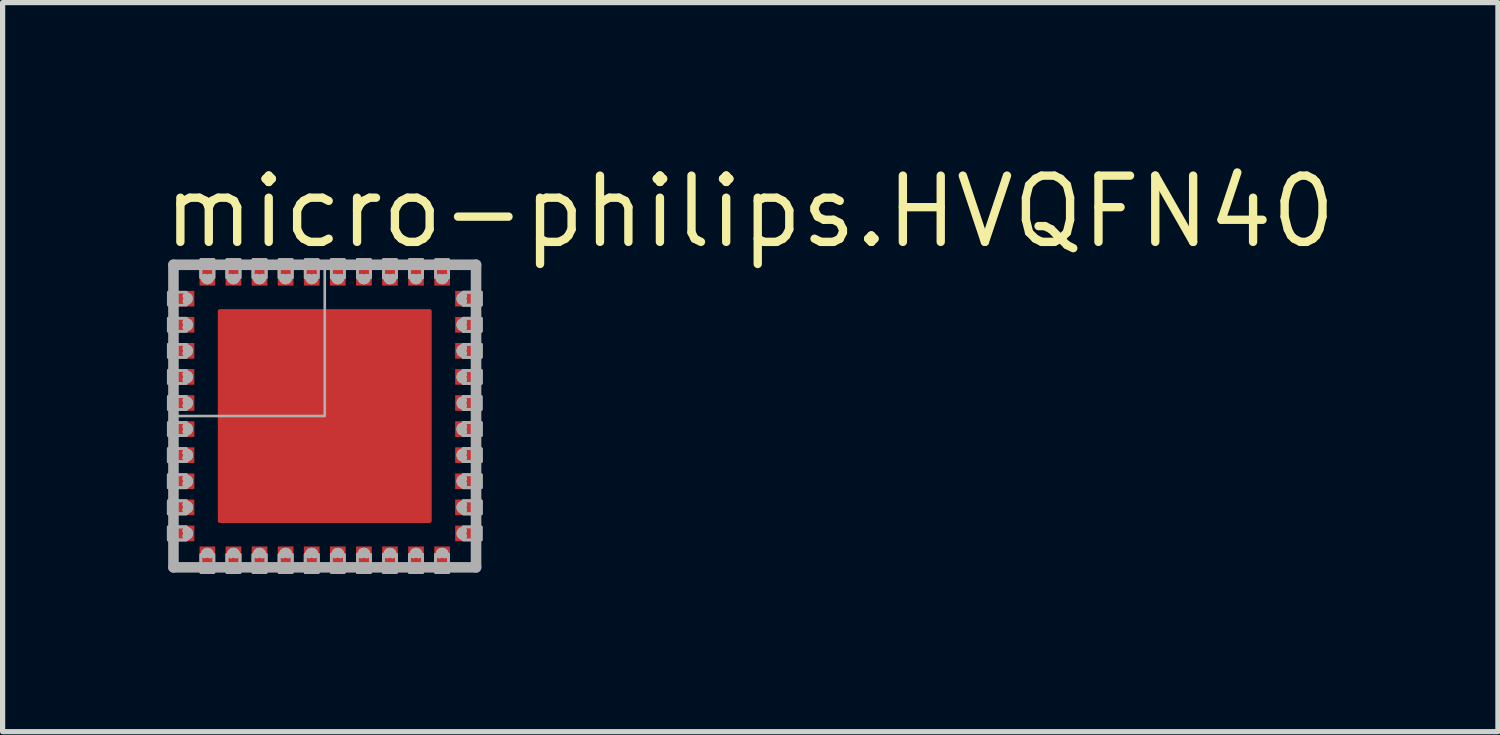
<source format=kicad_pcb>
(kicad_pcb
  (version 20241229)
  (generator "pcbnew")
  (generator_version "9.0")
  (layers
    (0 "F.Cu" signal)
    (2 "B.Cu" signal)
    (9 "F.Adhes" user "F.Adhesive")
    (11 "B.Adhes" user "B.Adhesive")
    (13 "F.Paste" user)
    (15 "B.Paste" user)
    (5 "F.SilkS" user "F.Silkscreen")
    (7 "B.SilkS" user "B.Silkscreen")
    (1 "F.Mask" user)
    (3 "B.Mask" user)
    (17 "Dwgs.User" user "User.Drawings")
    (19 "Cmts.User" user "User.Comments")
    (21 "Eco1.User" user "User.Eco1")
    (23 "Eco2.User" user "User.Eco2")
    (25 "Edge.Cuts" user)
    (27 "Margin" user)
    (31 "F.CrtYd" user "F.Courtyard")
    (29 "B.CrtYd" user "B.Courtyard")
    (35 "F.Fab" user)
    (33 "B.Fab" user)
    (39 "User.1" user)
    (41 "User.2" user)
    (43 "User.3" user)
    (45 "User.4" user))
  (footprint "micro-philips.HVQFN40"
    (layer "F.Cu")
    (at 3.175 4.925)
    (property "Reference" "micro-philips.HVQFN40" (at -3.175 -3.175 0) (layer "F.SilkS") (effects (font (size 1.27 1.27) (thickness 0.16)) (justify left bottom)))
    (attr smd)
    (fp_rect (start -3.025 -2.075) (end -2.65 -2.425) (stroke (width 0.05) (type default)) (fill yes) (layer "F.Mask"))
    (fp_rect (start -3.025 -1.575) (end -2.65 -1.925) (stroke (width 0.05) (type default)) (fill yes) (layer "F.Mask"))
    (fp_rect (start -3.025 -1.075) (end -2.65 -1.425) (stroke (width 0.05) (type default)) (fill yes) (layer "F.Mask"))
    (fp_rect (start -3.025 -0.575) (end -2.65 -0.925) (stroke (width 0.05) (type default)) (fill yes) (layer "F.Mask"))
    (fp_rect (start -3.025 -0.075) (end -2.65 -0.425) (stroke (width 0.05) (type default)) (fill yes) (layer "F.Mask"))
    (fp_rect (start -3.025 0.425) (end -2.65 0.075) (stroke (width 0.05) (type default)) (fill yes) (layer "F.Mask"))
    (fp_rect (start -3.025 0.925) (end -2.65 0.575) (stroke (width 0.05) (type default)) (fill yes) (layer "F.Mask"))
    (fp_rect (start -3.025 1.425) (end -2.65 1.075) (stroke (width 0.05) (type default)) (fill yes) (layer "F.Mask"))
    (fp_rect (start -3.025 1.925) (end -2.65 1.575) (stroke (width 0.05) (type default)) (fill yes) (layer "F.Mask"))
    (fp_rect (start -3.025 2.425) (end -2.65 2.075) (stroke (width 0.05) (type default)) (fill yes) (layer "F.Mask"))
    (fp_rect (start -2.425 -2.65) (end -2.075 -3.025) (stroke (width 0.05) (type default)) (fill yes) (layer "F.Mask"))
    (fp_rect (start -2.425 3.025) (end -2.075 2.65) (stroke (width 0.05) (type default)) (fill yes) (layer "F.Mask"))
    (fp_rect (start -1.925 -2.65) (end -1.575 -3.025) (stroke (width 0.05) (type default)) (fill yes) (layer "F.Mask"))
    (fp_rect (start -1.925 3.025) (end -1.575 2.65) (stroke (width 0.05) (type default)) (fill yes) (layer "F.Mask"))
    (fp_rect (start -1.425 -2.65) (end -1.075 -3.025) (stroke (width 0.05) (type default)) (fill yes) (layer "F.Mask"))
    (fp_rect (start -1.425 3.025) (end -1.075 2.65) (stroke (width 0.05) (type default)) (fill yes) (layer "F.Mask"))
    (fp_rect (start -0.925 -2.65) (end -0.575 -3.025) (stroke (width 0.05) (type default)) (fill yes) (layer "F.Mask"))
    (fp_rect (start -0.925 3.025) (end -0.575 2.65) (stroke (width 0.05) (type default)) (fill yes) (layer "F.Mask"))
    (fp_rect (start -0.425 -2.65) (end -0.075 -3.025) (stroke (width 0.05) (type default)) (fill yes) (layer "F.Mask"))
    (fp_rect (start -0.425 3.025) (end -0.075 2.65) (stroke (width 0.05) (type default)) (fill yes) (layer "F.Mask"))
    (fp_rect (start 0.075 -2.65) (end 0.425 -3.025) (stroke (width 0.05) (type default)) (fill yes) (layer "F.Mask"))
    (fp_rect (start 0.075 3.025) (end 0.425 2.65) (stroke (width 0.05) (type default)) (fill yes) (layer "F.Mask"))
    (fp_rect (start 0.575 -2.65) (end 0.925 -3.025) (stroke (width 0.05) (type default)) (fill yes) (layer "F.Mask"))
    (fp_rect (start 0.575 3.025) (end 0.925 2.65) (stroke (width 0.05) (type default)) (fill yes) (layer "F.Mask"))
    (fp_rect (start 1.075 -2.65) (end 1.425 -3.025) (stroke (width 0.05) (type default)) (fill yes) (layer "F.Mask"))
    (fp_rect (start 1.075 3.025) (end 1.425 2.65) (stroke (width 0.05) (type default)) (fill yes) (layer "F.Mask"))
    (fp_rect (start 1.575 -2.65) (end 1.925 -3.025) (stroke (width 0.05) (type default)) (fill yes) (layer "F.Mask"))
    (fp_rect (start 1.575 3.025) (end 1.925 2.65) (stroke (width 0.05) (type default)) (fill yes) (layer "F.Mask"))
    (fp_rect (start 2.075 -2.65) (end 2.425 -3.025) (stroke (width 0.05) (type default)) (fill yes) (layer "F.Mask"))
    (fp_rect (start 2.075 3.025) (end 2.425 2.65) (stroke (width 0.05) (type default)) (fill yes) (layer "F.Mask"))
    (fp_rect (start 2.65 -2.075) (end 3.025 -2.425) (stroke (width 0.05) (type default)) (fill yes) (layer "F.Mask"))
    (fp_rect (start 2.65 -1.575) (end 3.025 -1.925) (stroke (width 0.05) (type default)) (fill yes) (layer "F.Mask"))
    (fp_rect (start 2.65 -1.075) (end 3.025 -1.425) (stroke (width 0.05) (type default)) (fill yes) (layer "F.Mask"))
    (fp_rect (start 2.65 -0.575) (end 3.025 -0.925) (stroke (width 0.05) (type default)) (fill yes) (layer "F.Mask"))
    (fp_rect (start 2.65 -0.075) (end 3.025 -0.425) (stroke (width 0.05) (type default)) (fill yes) (layer "F.Mask"))
    (fp_rect (start 2.65 0.425) (end 3.025 0.075) (stroke (width 0.05) (type default)) (fill yes) (layer "F.Mask"))
    (fp_rect (start 2.65 0.925) (end 3.025 0.575) (stroke (width 0.05) (type default)) (fill yes) (layer "F.Mask"))
    (fp_rect (start 2.65 1.425) (end 3.025 1.075) (stroke (width 0.05) (type default)) (fill yes) (layer "F.Mask"))
    (fp_rect (start 2.65 1.925) (end 3.025 1.575) (stroke (width 0.05) (type default)) (fill yes) (layer "F.Mask"))
    (fp_rect (start 2.65 2.425) (end 3.025 2.075) (stroke (width 0.05) (type default)) (fill yes) (layer "F.Mask"))
    (fp_circle (center -2.65 -2.25) (end -2.475 -2.25) (stroke (width 0.1) (type default)) (fill no) (layer "F.Mask"))
    (fp_circle (center -2.65 -1.75) (end -2.475 -1.75) (stroke (width 0.1) (type default)) (fill no) (layer "F.Mask"))
    (fp_circle (center -2.65 -1.25) (end -2.475 -1.25) (stroke (width 0.1) (type default)) (fill no) (layer "F.Mask"))
    (fp_circle (center -2.65 -0.75) (end -2.475 -0.75) (stroke (width 0.1) (type default)) (fill no) (layer "F.Mask"))
    (fp_circle (center -2.65 -0.25) (end -2.475 -0.25) (stroke (width 0.1) (type default)) (fill no) (layer "F.Mask"))
    (fp_circle (center -2.65 0.25) (end -2.475 0.25) (stroke (width 0.1) (type default)) (fill no) (layer "F.Mask"))
    (fp_circle (center -2.65 0.75) (end -2.475 0.75) (stroke (width 0.1) (type default)) (fill no) (layer "F.Mask"))
    (fp_circle (center -2.65 1.25) (end -2.475 1.25) (stroke (width 0.1) (type default)) (fill no) (layer "F.Mask"))
    (fp_circle (center -2.65 1.75) (end -2.475 1.75) (stroke (width 0.1) (type default)) (fill no) (layer "F.Mask"))
    (fp_circle (center -2.65 2.25) (end -2.475 2.25) (stroke (width 0.1) (type default)) (fill no) (layer "F.Mask"))
    (fp_circle (center -2.25 -2.65) (end -2.075 -2.65) (stroke (width 0.1) (type default)) (fill no) (layer "F.Mask"))
    (fp_circle (center -2.25 2.65) (end -2.075 2.65) (stroke (width 0.1) (type default)) (fill no) (layer "F.Mask"))
    (fp_circle (center -1.75 -2.65) (end -1.575 -2.65) (stroke (width 0.1) (type default)) (fill no) (layer "F.Mask"))
    (fp_circle (center -1.75 2.65) (end -1.575 2.65) (stroke (width 0.1) (type default)) (fill no) (layer "F.Mask"))
    (fp_circle (center -1.25 -2.65) (end -1.075 -2.65) (stroke (width 0.1) (type default)) (fill no) (layer "F.Mask"))
    (fp_circle (center -1.25 2.65) (end -1.075 2.65) (stroke (width 0.1) (type default)) (fill no) (layer "F.Mask"))
    (fp_circle (center -0.75 -2.65) (end -0.575 -2.65) (stroke (width 0.1) (type default)) (fill no) (layer "F.Mask"))
    (fp_circle (center -0.75 2.65) (end -0.575 2.65) (stroke (width 0.1) (type default)) (fill no) (layer "F.Mask"))
    (fp_circle (center -0.25 -2.65) (end -0.075 -2.65) (stroke (width 0.1) (type default)) (fill no) (layer "F.Mask"))
    (fp_circle (center -0.25 2.65) (end -0.075 2.65) (stroke (width 0.1) (type default)) (fill no) (layer "F.Mask"))
    (fp_circle (center 0.25 -2.65) (end 0.425 -2.65) (stroke (width 0.1) (type default)) (fill no) (layer "F.Mask"))
    (fp_circle (center 0.25 2.65) (end 0.425 2.65) (stroke (width 0.1) (type default)) (fill no) (layer "F.Mask"))
    (fp_circle (center 0.75 -2.65) (end 0.925 -2.65) (stroke (width 0.1) (type default)) (fill no) (layer "F.Mask"))
    (fp_circle (center 0.75 2.65) (end 0.925 2.65) (stroke (width 0.1) (type default)) (fill no) (layer "F.Mask"))
    (fp_circle (center 1.25 -2.65) (end 1.425 -2.65) (stroke (width 0.1) (type default)) (fill no) (layer "F.Mask"))
    (fp_circle (center 1.25 2.65) (end 1.425 2.65) (stroke (width 0.1) (type default)) (fill no) (layer "F.Mask"))
    (fp_circle (center 1.75 -2.65) (end 1.925 -2.65) (stroke (width 0.1) (type default)) (fill no) (layer "F.Mask"))
    (fp_circle (center 1.75 2.65) (end 1.925 2.65) (stroke (width 0.1) (type default)) (fill no) (layer "F.Mask"))
    (fp_circle (center 2.25 -2.65) (end 2.425 -2.65) (stroke (width 0.1) (type default)) (fill no) (layer "F.Mask"))
    (fp_circle (center 2.25 2.65) (end 2.425 2.65) (stroke (width 0.1) (type default)) (fill no) (layer "F.Mask"))
    (fp_circle (center 2.65 -2.25) (end 2.825 -2.25) (stroke (width 0.1) (type default)) (fill no) (layer "F.Mask"))
    (fp_circle (center 2.65 -1.75) (end 2.825 -1.75) (stroke (width 0.1) (type default)) (fill no) (layer "F.Mask"))
    (fp_circle (center 2.65 -1.25) (end 2.825 -1.25) (stroke (width 0.1) (type default)) (fill no) (layer "F.Mask"))
    (fp_circle (center 2.65 -0.75) (end 2.825 -0.75) (stroke (width 0.1) (type default)) (fill no) (layer "F.Mask"))
    (fp_circle (center 2.65 -0.25) (end 2.825 -0.25) (stroke (width 0.1) (type default)) (fill no) (layer "F.Mask"))
    (fp_circle (center 2.65 0.25) (end 2.825 0.25) (stroke (width 0.1) (type default)) (fill no) (layer "F.Mask"))
    (fp_circle (center 2.65 0.75) (end 2.825 0.75) (stroke (width 0.1) (type default)) (fill no) (layer "F.Mask"))
    (fp_circle (center 2.65 1.25) (end 2.825 1.25) (stroke (width 0.1) (type default)) (fill no) (layer "F.Mask"))
    (fp_circle (center 2.65 1.75) (end 2.825 1.75) (stroke (width 0.1) (type default)) (fill no) (layer "F.Mask"))
    (fp_circle (center 2.65 2.25) (end 2.825 2.25) (stroke (width 0.1) (type default)) (fill no) (layer "F.Mask"))
    (fp_rect (start -2.975 -2.125) (end -2.65 -2.375) (stroke (width 0.05) (type default)) (fill yes) (layer "F.Paste"))
    (fp_rect (start -2.975 -1.625) (end -2.65 -1.875) (stroke (width 0.05) (type default)) (fill yes) (layer "F.Paste"))
    (fp_rect (start -2.975 -1.125) (end -2.65 -1.375) (stroke (width 0.05) (type default)) (fill yes) (layer "F.Paste"))
    (fp_rect (start -2.975 -0.625) (end -2.65 -0.875) (stroke (width 0.05) (type default)) (fill yes) (layer "F.Paste"))
    (fp_rect (start -2.975 -0.125) (end -2.65 -0.375) (stroke (width 0.05) (type default)) (fill yes) (layer "F.Paste"))
    (fp_rect (start -2.975 0.375) (end -2.65 0.125) (stroke (width 0.05) (type default)) (fill yes) (layer "F.Paste"))
    (fp_rect (start -2.975 0.875) (end -2.65 0.625) (stroke (width 0.05) (type default)) (fill yes) (layer "F.Paste"))
    (fp_rect (start -2.975 1.375) (end -2.65 1.125) (stroke (width 0.05) (type default)) (fill yes) (layer "F.Paste"))
    (fp_rect (start -2.975 1.875) (end -2.65 1.625) (stroke (width 0.05) (type default)) (fill yes) (layer "F.Paste"))
    (fp_rect (start -2.975 2.375) (end -2.65 2.125) (stroke (width 0.05) (type default)) (fill yes) (layer "F.Paste"))
    (fp_rect (start -2.375 -2.65) (end -2.125 -2.975) (stroke (width 0.05) (type default)) (fill yes) (layer "F.Paste"))
    (fp_rect (start -2.375 2.975) (end -2.125 2.65) (stroke (width 0.05) (type default)) (fill yes) (layer "F.Paste"))
    (fp_rect (start -1.875 -2.65) (end -1.625 -2.975) (stroke (width 0.05) (type default)) (fill yes) (layer "F.Paste"))
    (fp_rect (start -1.875 2.975) (end -1.625 2.65) (stroke (width 0.05) (type default)) (fill yes) (layer "F.Paste"))
    (fp_rect (start -1.375 -2.65) (end -1.125 -2.975) (stroke (width 0.05) (type default)) (fill yes) (layer "F.Paste"))
    (fp_rect (start -1.375 2.975) (end -1.125 2.65) (stroke (width 0.05) (type default)) (fill yes) (layer "F.Paste"))
    (fp_rect (start -0.875 -2.65) (end -0.625 -2.975) (stroke (width 0.05) (type default)) (fill yes) (layer "F.Paste"))
    (fp_rect (start -0.875 2.975) (end -0.625 2.65) (stroke (width 0.05) (type default)) (fill yes) (layer "F.Paste"))
    (fp_rect (start -0.375 -2.65) (end -0.125 -2.975) (stroke (width 0.05) (type default)) (fill yes) (layer "F.Paste"))
    (fp_rect (start -0.375 2.975) (end -0.125 2.65) (stroke (width 0.05) (type default)) (fill yes) (layer "F.Paste"))
    (fp_rect (start 0.125 -2.65) (end 0.375 -2.975) (stroke (width 0.05) (type default)) (fill yes) (layer "F.Paste"))
    (fp_rect (start 0.125 2.975) (end 0.375 2.65) (stroke (width 0.05) (type default)) (fill yes) (layer "F.Paste"))
    (fp_rect (start 0.625 -2.65) (end 0.875 -2.975) (stroke (width 0.05) (type default)) (fill yes) (layer "F.Paste"))
    (fp_rect (start 0.625 2.975) (end 0.875 2.65) (stroke (width 0.05) (type default)) (fill yes) (layer "F.Paste"))
    (fp_rect (start 1.125 -2.65) (end 1.375 -2.975) (stroke (width 0.05) (type default)) (fill yes) (layer "F.Paste"))
    (fp_rect (start 1.125 2.975) (end 1.375 2.65) (stroke (width 0.05) (type default)) (fill yes) (layer "F.Paste"))
    (fp_rect (start 1.625 -2.65) (end 1.875 -2.975) (stroke (width 0.05) (type default)) (fill yes) (layer "F.Paste"))
    (fp_rect (start 1.625 2.975) (end 1.875 2.65) (stroke (width 0.05) (type default)) (fill yes) (layer "F.Paste"))
    (fp_rect (start 2.125 -2.65) (end 2.375 -2.975) (stroke (width 0.05) (type default)) (fill yes) (layer "F.Paste"))
    (fp_rect (start 2.125 2.975) (end 2.375 2.65) (stroke (width 0.05) (type default)) (fill yes) (layer "F.Paste"))
    (fp_rect (start 2.65 -2.125) (end 2.975 -2.375) (stroke (width 0.05) (type default)) (fill yes) (layer "F.Paste"))
    (fp_rect (start 2.65 -1.625) (end 2.975 -1.875) (stroke (width 0.05) (type default)) (fill yes) (layer "F.Paste"))
    (fp_rect (start 2.65 -1.125) (end 2.975 -1.375) (stroke (width 0.05) (type default)) (fill yes) (layer "F.Paste"))
    (fp_rect (start 2.65 -0.625) (end 2.975 -0.875) (stroke (width 0.05) (type default)) (fill yes) (layer "F.Paste"))
    (fp_rect (start 2.65 -0.125) (end 2.975 -0.375) (stroke (width 0.05) (type default)) (fill yes) (layer "F.Paste"))
    (fp_rect (start 2.65 0.375) (end 2.975 0.125) (stroke (width 0.05) (type default)) (fill yes) (layer "F.Paste"))
    (fp_rect (start 2.65 0.875) (end 2.975 0.625) (stroke (width 0.05) (type default)) (fill yes) (layer "F.Paste"))
    (fp_rect (start 2.65 1.375) (end 2.975 1.125) (stroke (width 0.05) (type default)) (fill yes) (layer "F.Paste"))
    (fp_rect (start 2.65 1.875) (end 2.975 1.625) (stroke (width 0.05) (type default)) (fill yes) (layer "F.Paste"))
    (fp_rect (start 2.65 2.375) (end 2.975 2.125) (stroke (width 0.05) (type default)) (fill yes) (layer "F.Paste"))
    (fp_circle (center -2.65 -2.25) (end -2.523 -2.25) (stroke (width 0.1) (type default)) (fill no) (layer "F.Paste"))
    (fp_circle (center -2.65 -1.75) (end -2.523 -1.75) (stroke (width 0.1) (type default)) (fill no) (layer "F.Paste"))
    (fp_circle (center -2.65 -1.25) (end -2.523 -1.25) (stroke (width 0.1) (type default)) (fill no) (layer "F.Paste"))
    (fp_circle (center -2.65 -0.75) (end -2.523 -0.75) (stroke (width 0.1) (type default)) (fill no) (layer "F.Paste"))
    (fp_circle (center -2.65 -0.25) (end -2.523 -0.25) (stroke (width 0.1) (type default)) (fill no) (layer "F.Paste"))
    (fp_circle (center -2.65 0.25) (end -2.523 0.25) (stroke (width 0.1) (type default)) (fill no) (layer "F.Paste"))
    (fp_circle (center -2.65 0.75) (end -2.523 0.75) (stroke (width 0.1) (type default)) (fill no) (layer "F.Paste"))
    (fp_circle (center -2.65 1.25) (end -2.523 1.25) (stroke (width 0.1) (type default)) (fill no) (layer "F.Paste"))
    (fp_circle (center -2.65 1.75) (end -2.523 1.75) (stroke (width 0.1) (type default)) (fill no) (layer "F.Paste"))
    (fp_circle (center -2.65 2.25) (end -2.523 2.25) (stroke (width 0.1) (type default)) (fill no) (layer "F.Paste"))
    (fp_circle (center -2.25 -2.65) (end -2.123 -2.65) (stroke (width 0.1) (type default)) (fill no) (layer "F.Paste"))
    (fp_circle (center -2.25 2.65) (end -2.123 2.65) (stroke (width 0.1) (type default)) (fill no) (layer "F.Paste"))
    (fp_circle (center -1.75 -2.65) (end -1.623 -2.65) (stroke (width 0.1) (type default)) (fill no) (layer "F.Paste"))
    (fp_circle (center -1.75 2.65) (end -1.623 2.65) (stroke (width 0.1) (type default)) (fill no) (layer "F.Paste"))
    (fp_circle (center -1.25 -2.65) (end -1.123 -2.65) (stroke (width 0.1) (type default)) (fill no) (layer "F.Paste"))
    (fp_circle (center -1.25 2.65) (end -1.123 2.65) (stroke (width 0.1) (type default)) (fill no) (layer "F.Paste"))
    (fp_circle (center -0.75 -2.65) (end -0.623 -2.65) (stroke (width 0.1) (type default)) (fill no) (layer "F.Paste"))
    (fp_circle (center -0.75 2.65) (end -0.623 2.65) (stroke (width 0.1) (type default)) (fill no) (layer "F.Paste"))
    (fp_circle (center -0.25 -2.65) (end -0.123 -2.65) (stroke (width 0.1) (type default)) (fill no) (layer "F.Paste"))
    (fp_circle (center -0.25 2.65) (end -0.123 2.65) (stroke (width 0.1) (type default)) (fill no) (layer "F.Paste"))
    (fp_circle (center 0.25 -2.65) (end 0.377 -2.65) (stroke (width 0.1) (type default)) (fill no) (layer "F.Paste"))
    (fp_circle (center 0.25 2.65) (end 0.377 2.65) (stroke (width 0.1) (type default)) (fill no) (layer "F.Paste"))
    (fp_circle (center 0.75 -2.65) (end 0.877 -2.65) (stroke (width 0.1) (type default)) (fill no) (layer "F.Paste"))
    (fp_circle (center 0.75 2.65) (end 0.877 2.65) (stroke (width 0.1) (type default)) (fill no) (layer "F.Paste"))
    (fp_circle (center 1.25 -2.65) (end 1.377 -2.65) (stroke (width 0.1) (type default)) (fill no) (layer "F.Paste"))
    (fp_circle (center 1.25 2.65) (end 1.377 2.65) (stroke (width 0.1) (type default)) (fill no) (layer "F.Paste"))
    (fp_circle (center 1.75 -2.65) (end 1.877 -2.65) (stroke (width 0.1) (type default)) (fill no) (layer "F.Paste"))
    (fp_circle (center 1.75 2.65) (end 1.877 2.65) (stroke (width 0.1) (type default)) (fill no) (layer "F.Paste"))
    (fp_circle (center 2.25 -2.65) (end 2.377 -2.65) (stroke (width 0.1) (type default)) (fill no) (layer "F.Paste"))
    (fp_circle (center 2.25 2.65) (end 2.377 2.65) (stroke (width 0.1) (type default)) (fill no) (layer "F.Paste"))
    (fp_circle (center 2.65 -2.25) (end 2.777 -2.25) (stroke (width 0.1) (type default)) (fill no) (layer "F.Paste"))
    (fp_circle (center 2.65 -1.75) (end 2.777 -1.75) (stroke (width 0.1) (type default)) (fill no) (layer "F.Paste"))
    (fp_circle (center 2.65 -1.25) (end 2.777 -1.25) (stroke (width 0.1) (type default)) (fill no) (layer "F.Paste"))
    (fp_circle (center 2.65 -0.75) (end 2.777 -0.75) (stroke (width 0.1) (type default)) (fill no) (layer "F.Paste"))
    (fp_circle (center 2.65 -0.25) (end 2.777 -0.25) (stroke (width 0.1) (type default)) (fill no) (layer "F.Paste"))
    (fp_circle (center 2.65 0.25) (end 2.777 0.25) (stroke (width 0.1) (type default)) (fill no) (layer "F.Paste"))
    (fp_circle (center 2.65 0.75) (end 2.777 0.75) (stroke (width 0.1) (type default)) (fill no) (layer "F.Paste"))
    (fp_circle (center 2.65 1.25) (end 2.777 1.25) (stroke (width 0.1) (type default)) (fill no) (layer "F.Paste"))
    (fp_circle (center 2.65 1.75) (end 2.777 1.75) (stroke (width 0.1) (type default)) (fill no) (layer "F.Paste"))
    (fp_circle (center 2.65 2.25) (end 2.777 2.25) (stroke (width 0.1) (type default)) (fill no) (layer "F.Paste"))
    (fp_line (start -2.9 -2.9) (end 2.9 -2.9) (stroke (width 0.203) (type default)) (layer "F.Fab"))
    (fp_line (start -2.9 2.9) (end -2.9 -2.9) (stroke (width 0.203) (type default)) (layer "F.Fab"))
    (fp_line (start 2.9 -2.9) (end 2.9 2.9) (stroke (width 0.203) (type default)) (layer "F.Fab"))
    (fp_line (start 2.9 2.9) (end -2.9 2.9) (stroke (width 0.203) (type default)) (layer "F.Fab"))
    (fp_rect (start -3 -2.125) (end -2.65 -2.375) (stroke (width 0.05) (type default)) (fill no) (layer "F.Fab"))
    (fp_rect (start -3 -1.625) (end -2.65 -1.875) (stroke (width 0.05) (type default)) (fill no) (layer "F.Fab"))
    (fp_rect (start -3 -1.625) (end -2.65 -1.875) (stroke (width 0.05) (type default)) (fill no) (layer "F.Fab"))
    (fp_rect (start -3 -1.125) (end -2.65 -1.375) (stroke (width 0.05) (type default)) (fill no) (layer "F.Fab"))
    (fp_rect (start -3 -1.125) (end -2.65 -1.375) (stroke (width 0.05) (type default)) (fill no) (layer "F.Fab"))
    (fp_rect (start -3 -0.625) (end -2.65 -0.875) (stroke (width 0.05) (type default)) (fill no) (layer "F.Fab"))
    (fp_rect (start -3 -0.625) (end -2.65 -0.875) (stroke (width 0.05) (type default)) (fill no) (layer "F.Fab"))
    (fp_rect (start -3 -0.125) (end -2.65 -0.375) (stroke (width 0.05) (type default)) (fill no) (layer "F.Fab"))
    (fp_rect (start -3 -0.125) (end -2.65 -0.375) (stroke (width 0.05) (type default)) (fill no) (layer "F.Fab"))
    (fp_rect (start -3 0.375) (end -2.65 0.125) (stroke (width 0.05) (type default)) (fill no) (layer "F.Fab"))
    (fp_rect (start -3 0.375) (end -2.65 0.125) (stroke (width 0.05) (type default)) (fill no) (layer "F.Fab"))
    (fp_rect (start -3 0.875) (end -2.65 0.625) (stroke (width 0.05) (type default)) (fill no) (layer "F.Fab"))
    (fp_rect (start -3 0.875) (end -2.65 0.625) (stroke (width 0.05) (type default)) (fill no) (layer "F.Fab"))
    (fp_rect (start -3 0.875) (end -2.65 0.625) (stroke (width 0.05) (type default)) (fill no) (layer "F.Fab"))
    (fp_rect (start -3 1.375) (end -2.65 1.125) (stroke (width 0.05) (type default)) (fill no) (layer "F.Fab"))
    (fp_rect (start -3 1.375) (end -2.65 1.125) (stroke (width 0.05) (type default)) (fill no) (layer "F.Fab"))
    (fp_rect (start -3 1.375) (end -2.65 1.125) (stroke (width 0.05) (type default)) (fill no) (layer "F.Fab"))
    (fp_rect (start -3 1.875) (end -2.65 1.625) (stroke (width 0.05) (type default)) (fill no) (layer "F.Fab"))
    (fp_rect (start -3 1.875) (end -2.65 1.625) (stroke (width 0.05) (type default)) (fill no) (layer "F.Fab"))
    (fp_rect (start -3 1.875) (end -2.65 1.625) (stroke (width 0.05) (type default)) (fill no) (layer "F.Fab"))
    (fp_rect (start -3 2.375) (end -2.65 2.125) (stroke (width 0.05) (type default)) (fill no) (layer "F.Fab"))
    (fp_rect (start -3 2.375) (end -2.65 2.125) (stroke (width 0.05) (type default)) (fill no) (layer "F.Fab"))
    (fp_rect (start -3 2.375) (end -2.65 2.125) (stroke (width 0.05) (type default)) (fill no) (layer "F.Fab"))
    (fp_rect (start -2.85 0) (end 0 -2.85) (stroke (width 0.05) (type default)) (fill no) (layer "F.Fab"))
    (fp_rect (start -2.375 -2.65) (end -2.125 -3) (stroke (width 0.05) (type default)) (fill no) (layer "F.Fab"))
    (fp_rect (start -2.375 -2.65) (end -2.125 -3) (stroke (width 0.05) (type default)) (fill no) (layer "F.Fab"))
    (fp_rect (start -2.375 -2.65) (end -2.125 -3) (stroke (width 0.05) (type default)) (fill no) (layer "F.Fab"))
    (fp_rect (start -2.375 3) (end -2.125 2.65) (stroke (width 0.05) (type default)) (fill no) (layer "F.Fab"))
    (fp_rect (start -2.375 3) (end -2.125 2.65) (stroke (width 0.05) (type default)) (fill no) (layer "F.Fab"))
    (fp_rect (start -1.875 -2.65) (end -1.625 -3) (stroke (width 0.05) (type default)) (fill no) (layer "F.Fab"))
    (fp_rect (start -1.875 -2.65) (end -1.625 -3) (stroke (width 0.05) (type default)) (fill no) (layer "F.Fab"))
    (fp_rect (start -1.875 -2.65) (end -1.625 -3) (stroke (width 0.05) (type default)) (fill no) (layer "F.Fab"))
    (fp_rect (start -1.875 3) (end -1.625 2.65) (stroke (width 0.05) (type default)) (fill no) (layer "F.Fab"))
    (fp_rect (start -1.875 3) (end -1.625 2.65) (stroke (width 0.05) (type default)) (fill no) (layer "F.Fab"))
    (fp_rect (start -1.875 3) (end -1.625 2.65) (stroke (width 0.05) (type default)) (fill no) (layer "F.Fab"))
    (fp_rect (start -1.375 -2.65) (end -1.125 -3) (stroke (width 0.05) (type default)) (fill no) (layer "F.Fab"))
    (fp_rect (start -1.375 -2.65) (end -1.125 -3) (stroke (width 0.05) (type default)) (fill no) (layer "F.Fab"))
    (fp_rect (start -1.375 -2.65) (end -1.125 -3) (stroke (width 0.05) (type default)) (fill no) (layer "F.Fab"))
    (fp_rect (start -1.375 3) (end -1.125 2.65) (stroke (width 0.05) (type default)) (fill no) (layer "F.Fab"))
    (fp_rect (start -1.375 3) (end -1.125 2.65) (stroke (width 0.05) (type default)) (fill no) (layer "F.Fab"))
    (fp_rect (start -1.375 3) (end -1.125 2.65) (stroke (width 0.05) (type default)) (fill no) (layer "F.Fab"))
    (fp_rect (start -0.875 -2.65) (end -0.625 -3) (stroke (width 0.05) (type default)) (fill no) (layer "F.Fab"))
    (fp_rect (start -0.875 -2.65) (end -0.625 -3) (stroke (width 0.05) (type default)) (fill no) (layer "F.Fab"))
    (fp_rect (start -0.875 -2.65) (end -0.625 -3) (stroke (width 0.05) (type default)) (fill no) (layer "F.Fab"))
    (fp_rect (start -0.875 3) (end -0.625 2.65) (stroke (width 0.05) (type default)) (fill no) (layer "F.Fab"))
    (fp_rect (start -0.875 3) (end -0.625 2.65) (stroke (width 0.05) (type default)) (fill no) (layer "F.Fab"))
    (fp_rect (start -0.875 3) (end -0.625 2.65) (stroke (width 0.05) (type default)) (fill no) (layer "F.Fab"))
    (fp_rect (start -0.375 -2.65) (end -0.125 -3) (stroke (width 0.05) (type default)) (fill no) (layer "F.Fab"))
    (fp_rect (start -0.375 -2.65) (end -0.125 -3) (stroke (width 0.05) (type default)) (fill no) (layer "F.Fab"))
    (fp_rect (start -0.375 3) (end -0.125 2.65) (stroke (width 0.05) (type default)) (fill no) (layer "F.Fab"))
    (fp_rect (start -0.375 3) (end -0.125 2.65) (stroke (width 0.05) (type default)) (fill no) (layer "F.Fab"))
    (fp_rect (start -0.375 3) (end -0.125 2.65) (stroke (width 0.05) (type default)) (fill no) (layer "F.Fab"))
    (fp_rect (start 0.125 -2.65) (end 0.375 -3) (stroke (width 0.05) (type default)) (fill no) (layer "F.Fab"))
    (fp_rect (start 0.125 -2.65) (end 0.375 -3) (stroke (width 0.05) (type default)) (fill no) (layer "F.Fab"))
    (fp_rect (start 0.125 -2.65) (end 0.375 -3) (stroke (width 0.05) (type default)) (fill no) (layer "F.Fab"))
    (fp_rect (start 0.125 3) (end 0.375 2.65) (stroke (width 0.05) (type default)) (fill no) (layer "F.Fab"))
    (fp_rect (start 0.125 3) (end 0.375 2.65) (stroke (width 0.05) (type default)) (fill no) (layer "F.Fab"))
    (fp_rect (start 0.625 -2.65) (end 0.875 -3) (stroke (width 0.05) (type default)) (fill no) (layer "F.Fab"))
    (fp_rect (start 0.625 -2.65) (end 0.875 -3) (stroke (width 0.05) (type default)) (fill no) (layer "F.Fab"))
    (fp_rect (start 0.625 -2.65) (end 0.875 -3) (stroke (width 0.05) (type default)) (fill no) (layer "F.Fab"))
    (fp_rect (start 0.625 3) (end 0.875 2.65) (stroke (width 0.05) (type default)) (fill no) (layer "F.Fab"))
    (fp_rect (start 0.625 3) (end 0.875 2.65) (stroke (width 0.05) (type default)) (fill no) (layer "F.Fab"))
    (fp_rect (start 0.625 3) (end 0.875 2.65) (stroke (width 0.05) (type default)) (fill no) (layer "F.Fab"))
    (fp_rect (start 1.125 -2.65) (end 1.375 -3) (stroke (width 0.05) (type default)) (fill no) (layer "F.Fab"))
    (fp_rect (start 1.125 -2.65) (end 1.375 -3) (stroke (width 0.05) (type default)) (fill no) (layer "F.Fab"))
    (fp_rect (start 1.125 -2.65) (end 1.375 -3) (stroke (width 0.05) (type default)) (fill no) (layer "F.Fab"))
    (fp_rect (start 1.125 3) (end 1.375 2.65) (stroke (width 0.05) (type default)) (fill no) (layer "F.Fab"))
    (fp_rect (start 1.125 3) (end 1.375 2.65) (stroke (width 0.05) (type default)) (fill no) (layer "F.Fab"))
    (fp_rect (start 1.125 3) (end 1.375 2.65) (stroke (width 0.05) (type default)) (fill no) (layer "F.Fab"))
    (fp_rect (start 1.625 -2.65) (end 1.875 -3) (stroke (width 0.05) (type default)) (fill no) (layer "F.Fab"))
    (fp_rect (start 1.625 -2.65) (end 1.875 -3) (stroke (width 0.05) (type default)) (fill no) (layer "F.Fab"))
    (fp_rect (start 1.625 -2.65) (end 1.875 -3) (stroke (width 0.05) (type default)) (fill no) (layer "F.Fab"))
    (fp_rect (start 1.625 3) (end 1.875 2.65) (stroke (width 0.05) (type default)) (fill no) (layer "F.Fab"))
    (fp_rect (start 1.625 3) (end 1.875 2.65) (stroke (width 0.05) (type default)) (fill no) (layer "F.Fab"))
    (fp_rect (start 1.625 3) (end 1.875 2.65) (stroke (width 0.05) (type default)) (fill no) (layer "F.Fab"))
    (fp_rect (start 2.125 -2.65) (end 2.375 -3) (stroke (width 0.05) (type default)) (fill no) (layer "F.Fab"))
    (fp_rect (start 2.125 -2.65) (end 2.375 -3) (stroke (width 0.05) (type default)) (fill no) (layer "F.Fab"))
    (fp_rect (start 2.125 3) (end 2.375 2.65) (stroke (width 0.05) (type default)) (fill no) (layer "F.Fab"))
    (fp_rect (start 2.125 3) (end 2.375 2.65) (stroke (width 0.05) (type default)) (fill no) (layer "F.Fab"))
    (fp_rect (start 2.125 3) (end 2.375 2.65) (stroke (width 0.05) (type default)) (fill no) (layer "F.Fab"))
    (fp_rect (start 2.65 -2.125) (end 3 -2.375) (stroke (width 0.05) (type default)) (fill no) (layer "F.Fab"))
    (fp_rect (start 2.65 -2.125) (end 3 -2.375) (stroke (width 0.05) (type default)) (fill no) (layer "F.Fab"))
    (fp_rect (start 2.65 -2.125) (end 3 -2.375) (stroke (width 0.05) (type default)) (fill no) (layer "F.Fab"))
    (fp_rect (start 2.65 -1.625) (end 3 -1.875) (stroke (width 0.05) (type default)) (fill no) (layer "F.Fab"))
    (fp_rect (start 2.65 -1.625) (end 3 -1.875) (stroke (width 0.05) (type default)) (fill no) (layer "F.Fab"))
    (fp_rect (start 2.65 -1.625) (end 3 -1.875) (stroke (width 0.05) (type default)) (fill no) (layer "F.Fab"))
    (fp_rect (start 2.65 -1.125) (end 3 -1.375) (stroke (width 0.05) (type default)) (fill no) (layer "F.Fab"))
    (fp_rect (start 2.65 -1.125) (end 3 -1.375) (stroke (width 0.05) (type default)) (fill no) (layer "F.Fab"))
    (fp_rect (start 2.65 -1.125) (end 3 -1.375) (stroke (width 0.05) (type default)) (fill no) (layer "F.Fab"))
    (fp_rect (start 2.65 -0.625) (end 3 -0.875) (stroke (width 0.05) (type default)) (fill no) (layer "F.Fab"))
    (fp_rect (start 2.65 -0.625) (end 3 -0.875) (stroke (width 0.05) (type default)) (fill no) (layer "F.Fab"))
    (fp_rect (start 2.65 -0.625) (end 3 -0.875) (stroke (width 0.05) (type default)) (fill no) (layer "F.Fab"))
    (fp_rect (start 2.65 -0.125) (end 3 -0.375) (stroke (width 0.05) (type default)) (fill no) (layer "F.Fab"))
    (fp_rect (start 2.65 -0.125) (end 3 -0.375) (stroke (width 0.05) (type default)) (fill no) (layer "F.Fab"))
    (fp_rect (start 2.65 0.375) (end 3 0.125) (stroke (width 0.05) (type default)) (fill no) (layer "F.Fab"))
    (fp_rect (start 2.65 0.375) (end 3 0.125) (stroke (width 0.05) (type default)) (fill no) (layer "F.Fab"))
    (fp_rect (start 2.65 0.375) (end 3 0.125) (stroke (width 0.05) (type default)) (fill no) (layer "F.Fab"))
    (fp_rect (start 2.65 0.875) (end 3 0.625) (stroke (width 0.05) (type default)) (fill no) (layer "F.Fab"))
    (fp_rect (start 2.65 0.875) (end 3 0.625) (stroke (width 0.05) (type default)) (fill no) (layer "F.Fab"))
    (fp_rect (start 2.65 0.875) (end 3 0.625) (stroke (width 0.05) (type default)) (fill no) (layer "F.Fab"))
    (fp_rect (start 2.65 1.375) (end 3 1.125) (stroke (width 0.05) (type default)) (fill no) (layer "F.Fab"))
    (fp_rect (start 2.65 1.375) (end 3 1.125) (stroke (width 0.05) (type default)) (fill no) (layer "F.Fab"))
    (fp_rect (start 2.65 1.375) (end 3 1.125) (stroke (width 0.05) (type default)) (fill no) (layer "F.Fab"))
    (fp_rect (start 2.65 1.875) (end 3 1.625) (stroke (width 0.05) (type default)) (fill no) (layer "F.Fab"))
    (fp_rect (start 2.65 1.875) (end 3 1.625) (stroke (width 0.05) (type default)) (fill no) (layer "F.Fab"))
    (fp_rect (start 2.65 1.875) (end 3 1.625) (stroke (width 0.05) (type default)) (fill no) (layer "F.Fab"))
    (fp_rect (start 2.65 2.375) (end 3 2.125) (stroke (width 0.05) (type default)) (fill no) (layer "F.Fab"))
    (fp_rect (start 2.65 2.375) (end 3 2.125) (stroke (width 0.05) (type default)) (fill no) (layer "F.Fab"))
    (fp_arc (start -2.65 -2.3) (mid -2.6 -2.25) (end -2.65 -2.2) (stroke (width 0.15) (type default)) (layer "F.Fab"))
    (fp_arc (start -2.65 -1.8) (mid -2.6 -1.75) (end -2.65 -1.7) (stroke (width 0.15) (type default)) (layer "F.Fab"))
    (fp_arc (start -2.65 -1.8) (mid -2.6 -1.75) (end -2.65 -1.7) (stroke (width 0.15) (type default)) (layer "F.Fab"))
    (fp_arc (start -2.65 -1.3) (mid -2.6 -1.25) (end -2.65 -1.2) (stroke (width 0.15) (type default)) (layer "F.Fab"))
    (fp_arc (start -2.65 -1.3) (mid -2.6 -1.25) (end -2.65 -1.2) (stroke (width 0.15) (type default)) (layer "F.Fab"))
    (fp_arc (start -2.65 -0.8) (mid -2.6 -0.75) (end -2.65 -0.7) (stroke (width 0.15) (type default)) (layer "F.Fab"))
    (fp_arc (start -2.65 -0.8) (mid -2.6 -0.75) (end -2.65 -0.7) (stroke (width 0.15) (type default)) (layer "F.Fab"))
    (fp_arc (start -2.65 -0.3) (mid -2.6 -0.25) (end -2.65 -0.2) (stroke (width 0.15) (type default)) (layer "F.Fab"))
    (fp_arc (start -2.65 -0.3) (mid -2.6 -0.25) (end -2.65 -0.2) (stroke (width 0.15) (type default)) (layer "F.Fab"))
    (fp_arc (start -2.65 0.2) (mid -2.6 0.25) (end -2.65 0.3) (stroke (width 0.15) (type default)) (layer "F.Fab"))
    (fp_arc (start -2.65 0.2) (mid -2.6 0.25) (end -2.65 0.3) (stroke (width 0.15) (type default)) (layer "F.Fab"))
    (fp_arc (start -2.65 0.7) (mid -2.6 0.75) (end -2.65 0.8) (stroke (width 0.15) (type default)) (layer "F.Fab"))
    (fp_arc (start -2.65 0.7) (mid -2.6 0.75) (end -2.65 0.8) (stroke (width 0.15) (type default)) (layer "F.Fab"))
    (fp_arc (start -2.65 0.7) (mid -2.6 0.75) (end -2.65 0.8) (stroke (width 0.15) (type default)) (layer "F.Fab"))
    (fp_arc (start -2.65 1.2) (mid -2.6 1.25) (end -2.65 1.3) (stroke (width 0.15) (type default)) (layer "F.Fab"))
    (fp_arc (start -2.65 1.2) (mid -2.6 1.25) (end -2.65 1.3) (stroke (width 0.15) (type default)) (layer "F.Fab"))
    (fp_arc (start -2.65 1.2) (mid -2.6 1.25) (end -2.65 1.3) (stroke (width 0.15) (type default)) (layer "F.Fab"))
    (fp_arc (start -2.65 1.7) (mid -2.6 1.75) (end -2.65 1.8) (stroke (width 0.15) (type default)) (layer "F.Fab"))
    (fp_arc (start -2.65 1.7) (mid -2.6 1.75) (end -2.65 1.8) (stroke (width 0.15) (type default)) (layer "F.Fab"))
    (fp_arc (start -2.65 1.7) (mid -2.6 1.75) (end -2.65 1.8) (stroke (width 0.15) (type default)) (layer "F.Fab"))
    (fp_arc (start -2.65 2.2) (mid -2.6 2.25) (end -2.65 2.3) (stroke (width 0.15) (type default)) (layer "F.Fab"))
    (fp_arc (start -2.65 2.2) (mid -2.6 2.25) (end -2.65 2.3) (stroke (width 0.15) (type default)) (layer "F.Fab"))
    (fp_arc (start -2.65 2.2) (mid -2.6 2.25) (end -2.65 2.3) (stroke (width 0.15) (type default)) (layer "F.Fab"))
    (fp_arc (start -2.3 2.65) (mid -2.25 2.6) (end -2.2 2.65) (stroke (width 0.15) (type default)) (layer "F.Fab"))
    (fp_arc (start -2.3 2.65) (mid -2.25 2.6) (end -2.2 2.65) (stroke (width 0.15) (type default)) (layer "F.Fab"))
    (fp_arc (start -2.2 -2.65) (mid -2.25 -2.6) (end -2.3 -2.65) (stroke (width 0.15) (type default)) (layer "F.Fab"))
    (fp_arc (start -2.2 -2.65) (mid -2.25 -2.6) (end -2.3 -2.65) (stroke (width 0.15) (type default)) (layer "F.Fab"))
    (fp_arc (start -2.2 -2.65) (mid -2.25 -2.6) (end -2.3 -2.65) (stroke (width 0.15) (type default)) (layer "F.Fab"))
    (fp_arc (start -1.8 2.65) (mid -1.75 2.6) (end -1.7 2.65) (stroke (width 0.15) (type default)) (layer "F.Fab"))
    (fp_arc (start -1.8 2.65) (mid -1.75 2.6) (end -1.7 2.65) (stroke (width 0.15) (type default)) (layer "F.Fab"))
    (fp_arc (start -1.8 2.65) (mid -1.75 2.6) (end -1.7 2.65) (stroke (width 0.15) (type default)) (layer "F.Fab"))
    (fp_arc (start -1.7 -2.65) (mid -1.75 -2.6) (end -1.8 -2.65) (stroke (width 0.15) (type default)) (layer "F.Fab"))
    (fp_arc (start -1.7 -2.65) (mid -1.75 -2.6) (end -1.8 -2.65) (stroke (width 0.15) (type default)) (layer "F.Fab"))
    (fp_arc (start -1.7 -2.65) (mid -1.75 -2.6) (end -1.8 -2.65) (stroke (width 0.15) (type default)) (layer "F.Fab"))
    (fp_arc (start -1.3 2.65) (mid -1.25 2.6) (end -1.2 2.65) (stroke (width 0.15) (type default)) (layer "F.Fab"))
    (fp_arc (start -1.3 2.65) (mid -1.25 2.6) (end -1.2 2.65) (stroke (width 0.15) (type default)) (layer "F.Fab"))
    (fp_arc (start -1.3 2.65) (mid -1.25 2.6) (end -1.2 2.65) (stroke (width 0.15) (type default)) (layer "F.Fab"))
    (fp_arc (start -1.2 -2.65) (mid -1.25 -2.6) (end -1.3 -2.65) (stroke (width 0.15) (type default)) (layer "F.Fab"))
    (fp_arc (start -1.2 -2.65) (mid -1.25 -2.6) (end -1.3 -2.65) (stroke (width 0.15) (type default)) (layer "F.Fab"))
    (fp_arc (start -1.2 -2.65) (mid -1.25 -2.6) (end -1.3 -2.65) (stroke (width 0.15) (type default)) (layer "F.Fab"))
    (fp_arc (start -0.8 2.65) (mid -0.75 2.6) (end -0.7 2.65) (stroke (width 0.15) (type default)) (layer "F.Fab"))
    (fp_arc (start -0.8 2.65) (mid -0.75 2.6) (end -0.7 2.65) (stroke (width 0.15) (type default)) (layer "F.Fab"))
    (fp_arc (start -0.8 2.65) (mid -0.75 2.6) (end -0.7 2.65) (stroke (width 0.15) (type default)) (layer "F.Fab"))
    (fp_arc (start -0.7 -2.65) (mid -0.75 -2.6) (end -0.8 -2.65) (stroke (width 0.15) (type default)) (layer "F.Fab"))
    (fp_arc (start -0.7 -2.65) (mid -0.75 -2.6) (end -0.8 -2.65) (stroke (width 0.15) (type default)) (layer "F.Fab"))
    (fp_arc (start -0.7 -2.65) (mid -0.75 -2.6) (end -0.8 -2.65) (stroke (width 0.15) (type default)) (layer "F.Fab"))
    (fp_arc (start -0.3 2.65) (mid -0.25 2.6) (end -0.2 2.65) (stroke (width 0.15) (type default)) (layer "F.Fab"))
    (fp_arc (start -0.3 2.65) (mid -0.25 2.6) (end -0.2 2.65) (stroke (width 0.15) (type default)) (layer "F.Fab"))
    (fp_arc (start -0.3 2.65) (mid -0.25 2.6) (end -0.2 2.65) (stroke (width 0.15) (type default)) (layer "F.Fab"))
    (fp_arc (start -0.2 -2.65) (mid -0.25 -2.6) (end -0.3 -2.65) (stroke (width 0.15) (type default)) (layer "F.Fab"))
    (fp_arc (start -0.2 -2.65) (mid -0.25 -2.6) (end -0.3 -2.65) (stroke (width 0.15) (type default)) (layer "F.Fab"))
    (fp_arc (start 0.2 2.65) (mid 0.25 2.6) (end 0.3 2.65) (stroke (width 0.15) (type default)) (layer "F.Fab"))
    (fp_arc (start 0.2 2.65) (mid 0.25 2.6) (end 0.3 2.65) (stroke (width 0.15) (type default)) (layer "F.Fab"))
    (fp_arc (start 0.3 -2.65) (mid 0.25 -2.6) (end 0.2 -2.65) (stroke (width 0.15) (type default)) (layer "F.Fab"))
    (fp_arc (start 0.3 -2.65) (mid 0.25 -2.6) (end 0.2 -2.65) (stroke (width 0.15) (type default)) (layer "F.Fab"))
    (fp_arc (start 0.3 -2.65) (mid 0.25 -2.6) (end 0.2 -2.65) (stroke (width 0.15) (type default)) (layer "F.Fab"))
    (fp_arc (start 0.7 2.65) (mid 0.75 2.6) (end 0.8 2.65) (stroke (width 0.15) (type default)) (layer "F.Fab"))
    (fp_arc (start 0.7 2.65) (mid 0.75 2.6) (end 0.8 2.65) (stroke (width 0.15) (type default)) (layer "F.Fab"))
    (fp_arc (start 0.7 2.65) (mid 0.75 2.6) (end 0.8 2.65) (stroke (width 0.15) (type default)) (layer "F.Fab"))
    (fp_arc (start 0.8 -2.65) (mid 0.75 -2.6) (end 0.7 -2.65) (stroke (width 0.15) (type default)) (layer "F.Fab"))
    (fp_arc (start 0.8 -2.65) (mid 0.75 -2.6) (end 0.7 -2.65) (stroke (width 0.15) (type default)) (layer "F.Fab"))
    (fp_arc (start 0.8 -2.65) (mid 0.75 -2.6) (end 0.7 -2.65) (stroke (width 0.15) (type default)) (layer "F.Fab"))
    (fp_arc (start 1.2 2.65) (mid 1.25 2.6) (end 1.3 2.65) (stroke (width 0.15) (type default)) (layer "F.Fab"))
    (fp_arc (start 1.2 2.65) (mid 1.25 2.6) (end 1.3 2.65) (stroke (width 0.15) (type default)) (layer "F.Fab"))
    (fp_arc (start 1.2 2.65) (mid 1.25 2.6) (end 1.3 2.65) (stroke (width 0.15) (type default)) (layer "F.Fab"))
    (fp_arc (start 1.3 -2.65) (mid 1.25 -2.6) (end 1.2 -2.65) (stroke (width 0.15) (type default)) (layer "F.Fab"))
    (fp_arc (start 1.3 -2.65) (mid 1.25 -2.6) (end 1.2 -2.65) (stroke (width 0.15) (type default)) (layer "F.Fab"))
    (fp_arc (start 1.3 -2.65) (mid 1.25 -2.6) (end 1.2 -2.65) (stroke (width 0.15) (type default)) (layer "F.Fab"))
    (fp_arc (start 1.7 2.65) (mid 1.75 2.6) (end 1.8 2.65) (stroke (width 0.15) (type default)) (layer "F.Fab"))
    (fp_arc (start 1.7 2.65) (mid 1.75 2.6) (end 1.8 2.65) (stroke (width 0.15) (type default)) (layer "F.Fab"))
    (fp_arc (start 1.7 2.65) (mid 1.75 2.6) (end 1.8 2.65) (stroke (width 0.15) (type default)) (layer "F.Fab"))
    (fp_arc (start 1.8 -2.65) (mid 1.75 -2.6) (end 1.7 -2.65) (stroke (width 0.15) (type default)) (layer "F.Fab"))
    (fp_arc (start 1.8 -2.65) (mid 1.75 -2.6) (end 1.7 -2.65) (stroke (width 0.15) (type default)) (layer "F.Fab"))
    (fp_arc (start 1.8 -2.65) (mid 1.75 -2.6) (end 1.7 -2.65) (stroke (width 0.15) (type default)) (layer "F.Fab"))
    (fp_arc (start 2.2 2.65) (mid 2.25 2.6) (end 2.3 2.65) (stroke (width 0.15) (type default)) (layer "F.Fab"))
    (fp_arc (start 2.2 2.65) (mid 2.25 2.6) (end 2.3 2.65) (stroke (width 0.15) (type default)) (layer "F.Fab"))
    (fp_arc (start 2.2 2.65) (mid 2.25 2.6) (end 2.3 2.65) (stroke (width 0.15) (type default)) (layer "F.Fab"))
    (fp_arc (start 2.3 -2.65) (mid 2.25 -2.6) (end 2.2 -2.65) (stroke (width 0.15) (type default)) (layer "F.Fab"))
    (fp_arc (start 2.3 -2.65) (mid 2.25 -2.6) (end 2.2 -2.65) (stroke (width 0.15) (type default)) (layer "F.Fab"))
    (fp_arc (start 2.65 -2.2) (mid 2.6 -2.25) (end 2.65 -2.3) (stroke (width 0.15) (type default)) (layer "F.Fab"))
    (fp_arc (start 2.65 -2.2) (mid 2.6 -2.25) (end 2.65 -2.3) (stroke (width 0.15) (type default)) (layer "F.Fab"))
    (fp_arc (start 2.65 -2.2) (mid 2.6 -2.25) (end 2.65 -2.3) (stroke (width 0.15) (type default)) (layer "F.Fab"))
    (fp_arc (start 2.65 -1.7) (mid 2.6 -1.75) (end 2.65 -1.8) (stroke (width 0.15) (type default)) (layer "F.Fab"))
    (fp_arc (start 2.65 -1.7) (mid 2.6 -1.75) (end 2.65 -1.8) (stroke (width 0.15) (type default)) (layer "F.Fab"))
    (fp_arc (start 2.65 -1.7) (mid 2.6 -1.75) (end 2.65 -1.8) (stroke (width 0.15) (type default)) (layer "F.Fab"))
    (fp_arc (start 2.65 -1.2) (mid 2.6 -1.25) (end 2.65 -1.3) (stroke (width 0.15) (type default)) (layer "F.Fab"))
    (fp_arc (start 2.65 -1.2) (mid 2.6 -1.25) (end 2.65 -1.3) (stroke (width 0.15) (type default)) (layer "F.Fab"))
    (fp_arc (start 2.65 -1.2) (mid 2.6 -1.25) (end 2.65 -1.3) (stroke (width 0.15) (type default)) (layer "F.Fab"))
    (fp_arc (start 2.65 -0.7) (mid 2.6 -0.75) (end 2.65 -0.8) (stroke (width 0.15) (type default)) (layer "F.Fab"))
    (fp_arc (start 2.65 -0.7) (mid 2.6 -0.75) (end 2.65 -0.8) (stroke (width 0.15) (type default)) (layer "F.Fab"))
    (fp_arc (start 2.65 -0.7) (mid 2.6 -0.75) (end 2.65 -0.8) (stroke (width 0.15) (type default)) (layer "F.Fab"))
    (fp_arc (start 2.65 -0.2) (mid 2.6 -0.25) (end 2.65 -0.3) (stroke (width 0.15) (type default)) (layer "F.Fab"))
    (fp_arc (start 2.65 -0.2) (mid 2.6 -0.25) (end 2.65 -0.3) (stroke (width 0.15) (type default)) (layer "F.Fab"))
    (fp_arc (start 2.65 0.3) (mid 2.6 0.25) (end 2.65 0.2) (stroke (width 0.15) (type default)) (layer "F.Fab"))
    (fp_arc (start 2.65 0.3) (mid 2.6 0.25) (end 2.65 0.2) (stroke (width 0.15) (type default)) (layer "F.Fab"))
    (fp_arc (start 2.65 0.3) (mid 2.6 0.25) (end 2.65 0.2) (stroke (width 0.15) (type default)) (layer "F.Fab"))
    (fp_arc (start 2.65 0.8) (mid 2.6 0.75) (end 2.65 0.7) (stroke (width 0.15) (type default)) (layer "F.Fab"))
    (fp_arc (start 2.65 0.8) (mid 2.6 0.75) (end 2.65 0.7) (stroke (width 0.15) (type default)) (layer "F.Fab"))
    (fp_arc (start 2.65 0.8) (mid 2.6 0.75) (end 2.65 0.7) (stroke (width 0.15) (type default)) (layer "F.Fab"))
    (fp_arc (start 2.65 1.3) (mid 2.6 1.25) (end 2.65 1.2) (stroke (width 0.15) (type default)) (layer "F.Fab"))
    (fp_arc (start 2.65 1.3) (mid 2.6 1.25) (end 2.65 1.2) (stroke (width 0.15) (type default)) (layer "F.Fab"))
    (fp_arc (start 2.65 1.3) (mid 2.6 1.25) (end 2.65 1.2) (stroke (width 0.15) (type default)) (layer "F.Fab"))
    (fp_arc (start 2.65 1.8) (mid 2.6 1.75) (end 2.65 1.7) (stroke (width 0.15) (type default)) (layer "F.Fab"))
    (fp_arc (start 2.65 1.8) (mid 2.6 1.75) (end 2.65 1.7) (stroke (width 0.15) (type default)) (layer "F.Fab"))
    (fp_arc (start 2.65 1.8) (mid 2.6 1.75) (end 2.65 1.7) (stroke (width 0.15) (type default)) (layer "F.Fab"))
    (fp_arc (start 2.65 2.3) (mid 2.6 2.25) (end 2.65 2.2) (stroke (width 0.15) (type default)) (layer "F.Fab"))
    (fp_arc (start 2.65 2.3) (mid 2.6 2.25) (end 2.65 2.2) (stroke (width 0.15) (type default)) (layer "F.Fab"))
    (pad "1" smd roundrect (at -2.75 -2.25 90) (size 0.3 0.5) (layers "F.Cu" "F.Mask" "F.Paste") (roundrect_rratio 0.01))
    (pad "2" smd roundrect (at -2.75 -1.75 90) (size 0.3 0.5) (layers "F.Cu" "F.Mask" "F.Paste") (roundrect_rratio 0.01))
    (pad "3" smd roundrect (at -2.75 -1.25 90) (size 0.3 0.5) (layers "F.Cu" "F.Mask" "F.Paste") (roundrect_rratio 0.01))
    (pad "4" smd roundrect (at -2.75 -0.75 90) (size 0.3 0.5) (layers "F.Cu" "F.Mask" "F.Paste") (roundrect_rratio 0.01))
    (pad "5" smd roundrect (at -2.75 -0.25 90) (size 0.3 0.5) (layers "F.Cu" "F.Mask" "F.Paste") (roundrect_rratio 0.01))
    (pad "6" smd roundrect (at -2.75 0.25 90) (size 0.3 0.5) (layers "F.Cu" "F.Mask" "F.Paste") (roundrect_rratio 0.01))
    (pad "7" smd roundrect (at -2.75 0.75 90) (size 0.3 0.5) (layers "F.Cu" "F.Mask" "F.Paste") (roundrect_rratio 0.01))
    (pad "8" smd roundrect (at -2.75 1.25 90) (size 0.3 0.5) (layers "F.Cu" "F.Mask" "F.Paste") (roundrect_rratio 0.01))
    (pad "9" smd roundrect (at -2.75 1.75 90) (size 0.3 0.5) (layers "F.Cu" "F.Mask" "F.Paste") (roundrect_rratio 0.01))
    (pad "10" smd roundrect (at -2.75 2.25 90) (size 0.3 0.5) (layers "F.Cu" "F.Mask" "F.Paste") (roundrect_rratio 0.01))
    (pad "11" smd roundrect (at -2.25 2.75 180) (size 0.3 0.5) (layers "F.Cu" "F.Mask" "F.Paste") (roundrect_rratio 0.01))
    (pad "12" smd roundrect (at -1.75 2.75 180) (size 0.3 0.5) (layers "F.Cu" "F.Mask" "F.Paste") (roundrect_rratio 0.01))
    (pad "13" smd roundrect (at -1.25 2.75 180) (size 0.3 0.5) (layers "F.Cu" "F.Mask" "F.Paste") (roundrect_rratio 0.01))
    (pad "14" smd roundrect (at -0.75 2.75 180) (size 0.3 0.5) (layers "F.Cu" "F.Mask" "F.Paste") (roundrect_rratio 0.01))
    (pad "15" smd roundrect (at -0.25 2.75 180) (size 0.3 0.5) (layers "F.Cu" "F.Mask" "F.Paste") (roundrect_rratio 0.01))
    (pad "16" smd roundrect (at 0.25 2.75 180) (size 0.3 0.5) (layers "F.Cu" "F.Mask" "F.Paste") (roundrect_rratio 0.01))
    (pad "17" smd roundrect (at 0.75 2.75 180) (size 0.3 0.5) (layers "F.Cu" "F.Mask" "F.Paste") (roundrect_rratio 0.01))
    (pad "18" smd roundrect (at 1.25 2.75 180) (size 0.3 0.5) (layers "F.Cu" "F.Mask" "F.Paste") (roundrect_rratio 0.01))
    (pad "19" smd roundrect (at 1.75 2.75 180) (size 0.3 0.5) (layers "F.Cu" "F.Mask" "F.Paste") (roundrect_rratio 0.01))
    (pad "20" smd roundrect (at 2.25 2.75 180) (size 0.3 0.5) (layers "F.Cu" "F.Mask" "F.Paste") (roundrect_rratio 0.01))
    (pad "21" smd roundrect (at 2.75 2.25 270) (size 0.3 0.5) (layers "F.Cu" "F.Mask" "F.Paste") (roundrect_rratio 0.01))
    (pad "22" smd roundrect (at 2.75 1.75 270) (size 0.3 0.5) (layers "F.Cu" "F.Mask" "F.Paste") (roundrect_rratio 0.01))
    (pad "23" smd roundrect (at 2.75 1.25 270) (size 0.3 0.5) (layers "F.Cu" "F.Mask" "F.Paste") (roundrect_rratio 0.01))
    (pad "24" smd roundrect (at 2.75 0.75 270) (size 0.3 0.5) (layers "F.Cu" "F.Mask" "F.Paste") (roundrect_rratio 0.01))
    (pad "25" smd roundrect (at 2.75 0.25 270) (size 0.3 0.5) (layers "F.Cu" "F.Mask" "F.Paste") (roundrect_rratio 0.01))
    (pad "26" smd roundrect (at 2.75 -0.25 270) (size 0.3 0.5) (layers "F.Cu" "F.Mask" "F.Paste") (roundrect_rratio 0.01))
    (pad "27" smd roundrect (at 2.75 -0.75 270) (size 0.3 0.5) (layers "F.Cu" "F.Mask" "F.Paste") (roundrect_rratio 0.01))
    (pad "28" smd roundrect (at 2.75 -1.25 270) (size 0.3 0.5) (layers "F.Cu" "F.Mask" "F.Paste") (roundrect_rratio 0.01))
    (pad "29" smd roundrect (at 2.75 -1.75 270) (size 0.3 0.5) (layers "F.Cu" "F.Mask" "F.Paste") (roundrect_rratio 0.01))
    (pad "30" smd roundrect (at 2.75 -2.25 270) (size 0.3 0.5) (layers "F.Cu" "F.Mask" "F.Paste") (roundrect_rratio 0.01))
    (pad "31" smd roundrect (at 2.25 -2.75) (size 0.3 0.5) (layers "F.Cu" "F.Mask" "F.Paste") (roundrect_rratio 0.01))
    (pad "32" smd roundrect (at 1.75 -2.75) (size 0.3 0.5) (layers "F.Cu" "F.Mask" "F.Paste") (roundrect_rratio 0.01))
    (pad "33" smd roundrect (at 1.25 -2.75) (size 0.3 0.5) (layers "F.Cu" "F.Mask" "F.Paste") (roundrect_rratio 0.01))
    (pad "34" smd roundrect (at 0.75 -2.75) (size 0.3 0.5) (layers "F.Cu" "F.Mask" "F.Paste") (roundrect_rratio 0.01))
    (pad "35" smd roundrect (at 0.25 -2.75) (size 0.3 0.5) (layers "F.Cu" "F.Mask" "F.Paste") (roundrect_rratio 0.01))
    (pad "36" smd roundrect (at -0.25 -2.75) (size 0.3 0.5) (layers "F.Cu" "F.Mask" "F.Paste") (roundrect_rratio 0.01))
    (pad "37" smd roundrect (at -0.75 -2.75) (size 0.3 0.5) (layers "F.Cu" "F.Mask" "F.Paste") (roundrect_rratio 0.01))
    (pad "38" smd roundrect (at -1.25 -2.75) (size 0.3 0.5) (layers "F.Cu" "F.Mask" "F.Paste") (roundrect_rratio 0.01))
    (pad "39" smd roundrect (at -1.75 -2.75) (size 0.3 0.5) (layers "F.Cu" "F.Mask" "F.Paste") (roundrect_rratio 0.01))
    (pad "40" smd roundrect (at -2.25 -2.75) (size 0.3 0.5) (layers "F.Cu" "F.Mask" "F.Paste") (roundrect_rratio 0.01))
    (pad "TH" smd roundrect (at 0 0) (size 4.1 4.1) (layers "F.Cu" "F.Mask" "F.Paste") (roundrect_rratio 0.01)))
  (gr_rect
    (start -3 -3)
    (end 25.663 10.975)
    (stroke (width 0.1) (type default))
    (fill no)
    (layer "Edge.Cuts")))
</source>
